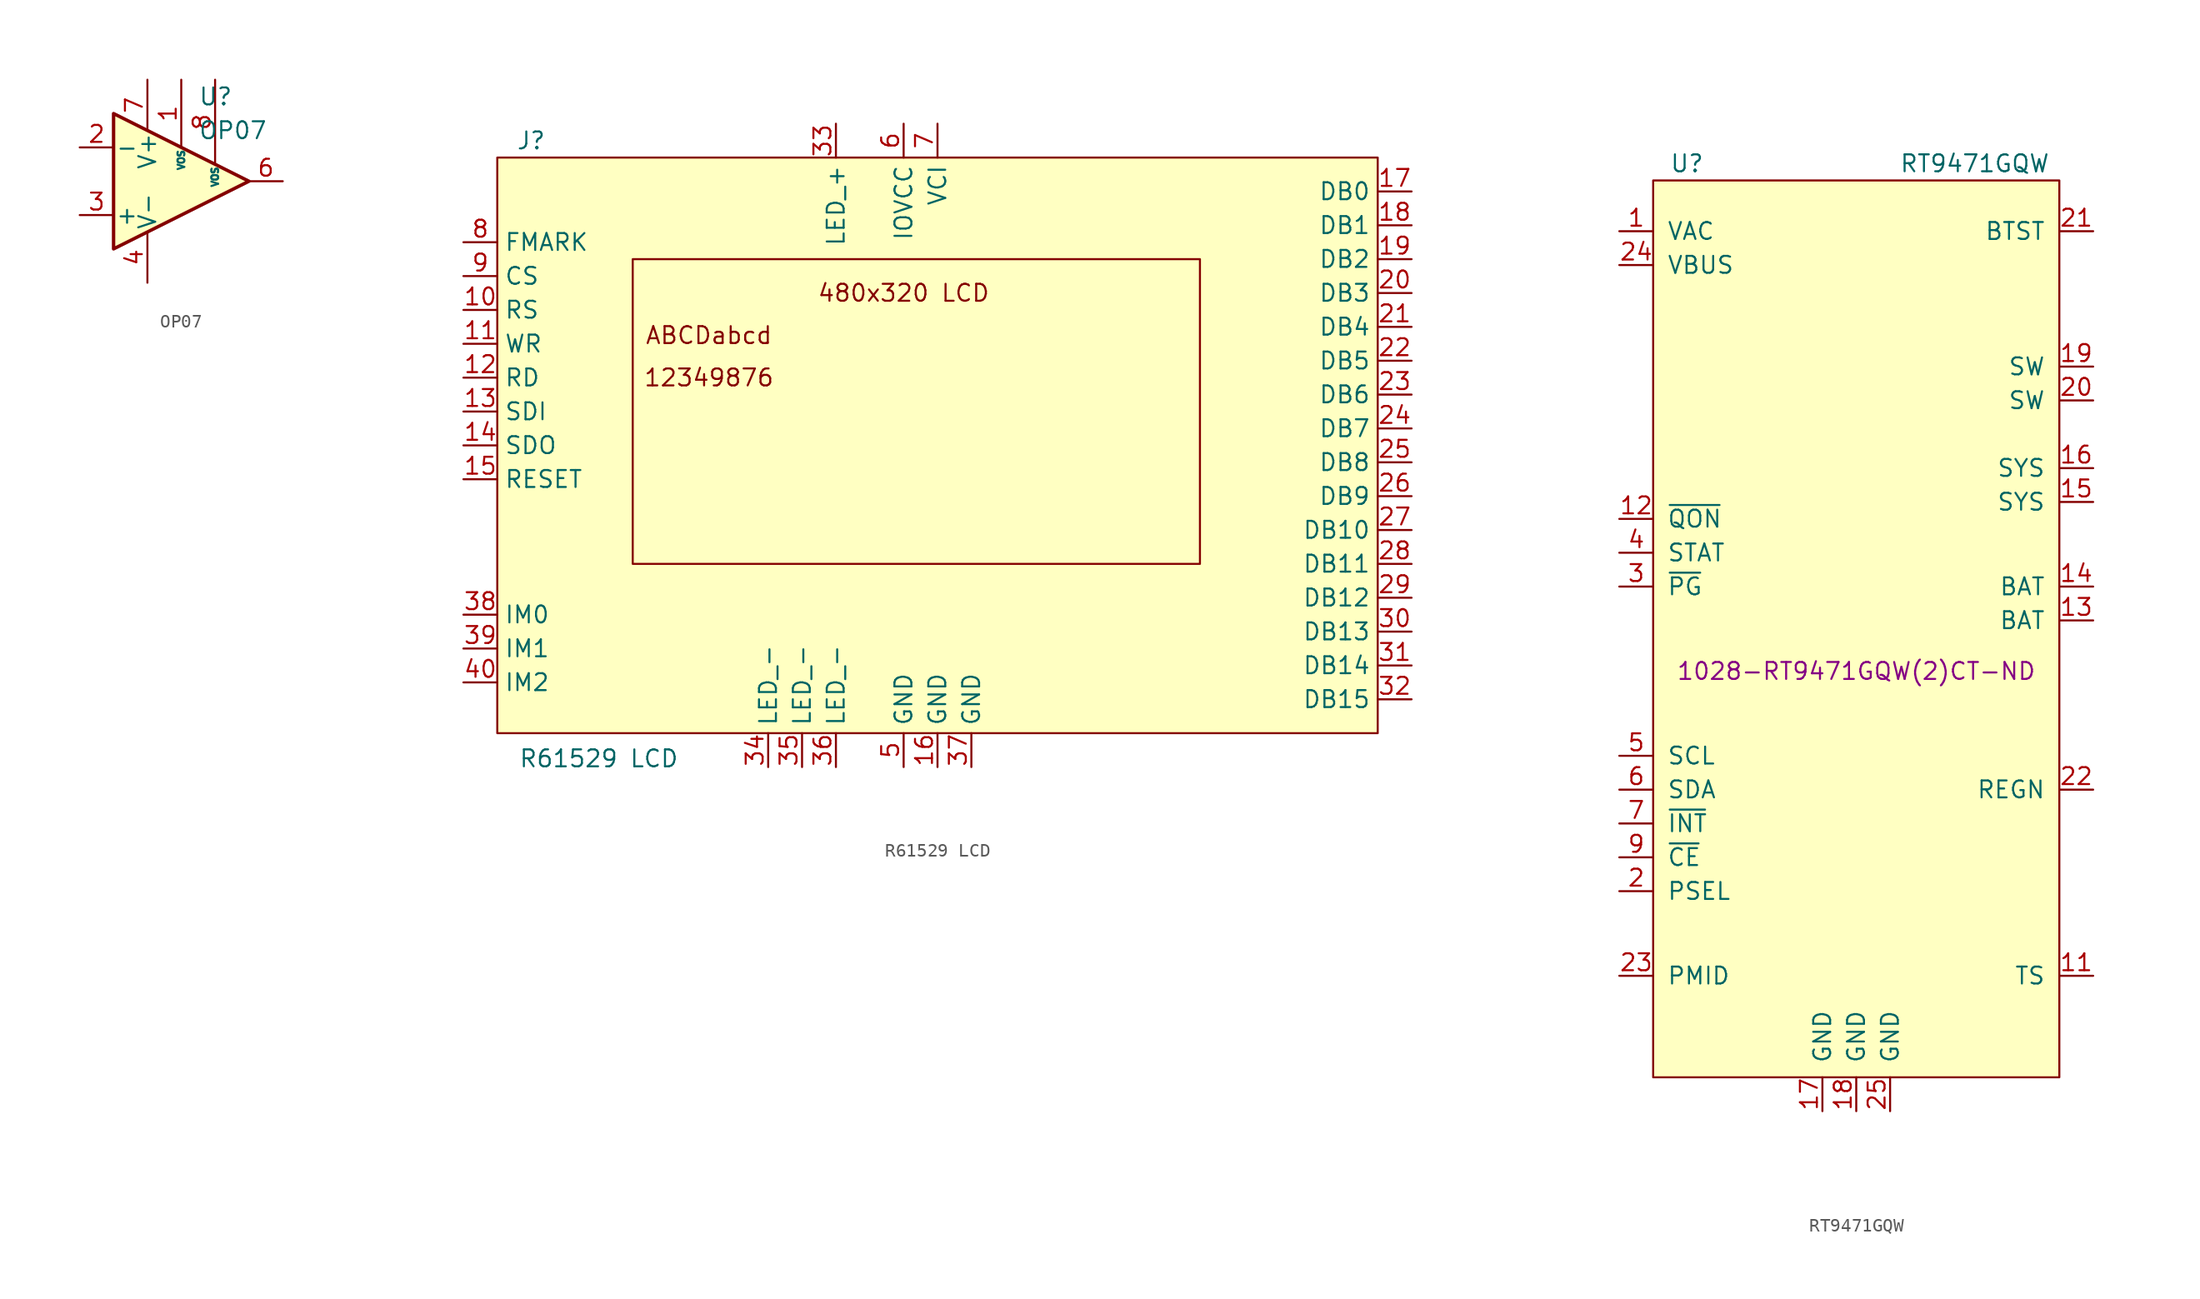
<source format=kicad_sym>
(kicad_symbol_lib
  (version 20231120)
  (generator "kicad_symbol_editor")
  (generator_version "8.0")
  (symbol "OP07"
    (pin_names
      (offset 0.127))
    (property "Reference" "U"
      (at 1.27 6.35 0)
      (effects (font (size 1.27 1.27)) (justify left)))
    (property "Value" "OP07"
      (at 1.27 3.81 0)
      (effects (font (size 1.27 1.27)) (justify left)))
    (symbol "OP07_0_1"
      (polyline (pts (xy -5.08 5.08) (xy 5.08 0) (xy -5.08 -5.08) (xy -5.08 5.08)) (stroke (width 0.254) (type default)) (fill (type background))))
    (symbol "OP07_1_1"
      (pin input line (at 0 7.62 270) (length 5.08) (name "VOS" (effects (font (size 0.508 0.508)))) (number "1" (effects (font (size 1.27 1.27)))))
      (pin input line (at -7.62 2.54 0) (length 2.54) (name "-" (effects (font (size 1.27 1.27)))) (number "2" (effects (font (size 1.27 1.27)))))
      (pin input line (at -7.62 -2.54 0) (length 2.54) (name "+" (effects (font (size 1.27 1.27)))) (number "3" (effects (font (size 1.27 1.27)))))
      (pin power_in line (at -2.54 -7.62 90) (length 3.81) (name "V-" (effects (font (size 1.27 1.27)))) (number "4" (effects (font (size 1.27 1.27)))))
      (pin no_connect line (at 0 -5.08 90) (length 2.54) hide (name "NC" (effects (font (size 1.27 1.27)))) (number "5" (effects (font (size 1.27 1.27)))))
      (pin output line (at 7.62 0 180) (length 2.54) (name "~" (effects (font (size 1.27 1.27)))) (number "6" (effects (font (size 1.27 1.27)))))
      (pin power_in line (at -2.54 7.62 270) (length 3.81) (name "V+" (effects (font (size 1.27 1.27)))) (number "7" (effects (font (size 1.27 1.27)))))
      (pin input line (at 2.54 7.62 270) (length 6.35) (name "VOS" (effects (font (size 0.508 0.508)))) (number "8" (effects (font (size 1.27 1.27)))))))
  (symbol "R61529 LCD"
    (property "Reference" "J"
      (at -30.48 22.86 0)
      (effects (font (size 1.27 1.27))))
    (property "Value" "R61529 LCD"
      (at -25.4 -23.495 0)
      (effects (font (size 1.27 1.27))))
    (symbol "R61529 LCD_0_0"
      (text "12349876" (at -17.145 5.08 0) (effects (font (size 1.27 1.27))))
      (text "480x320 LCD" (at -2.54 11.43 0) (effects (font (size 1.27 1.27))))
      (text "ABCDabcd" (at -17.145 8.255 0) (effects (font (size 1.27 1.27)))))
    (symbol "R61529 LCD_0_1"
      (rectangle (start -33.02 21.59) (end 33.02 -21.59) (stroke (width 0) (type default)) (fill (type background)))
      (rectangle (start -22.86 13.97) (end 19.685 -8.89) (stroke (width 0) (type default)) (fill (type none))))
    (symbol "R61529 LCD_1_1"
      (pin no_connect line (at -35.56 -3.81 0) (length 2.54) hide (name "" (effects (font (size 1.27 1.27)))) (number "1" (effects (font (size 1.27 1.27)))))
      (pin input line (at -35.56 10.16 0) (length 2.54) (name "RS" (effects (font (size 1.27 1.27)))) (number "10" (effects (font (size 1.27 1.27)))))
      (pin input line (at -35.56 7.62 0) (length 2.54) (name "WR" (effects (font (size 1.27 1.27)))) (number "11" (effects (font (size 1.27 1.27)))))
      (pin input line (at -35.56 5.08 0) (length 2.54) (name "RD" (effects (font (size 1.27 1.27)))) (number "12" (effects (font (size 1.27 1.27)))))
      (pin bidirectional line (at -35.56 2.54 0) (length 2.54) (name "SDI" (effects (font (size 1.27 1.27)))) (number "13" (effects (font (size 1.27 1.27)))))
      (pin output line (at -35.56 0 0) (length 2.54) (name "SDO" (effects (font (size 1.27 1.27)))) (number "14" (effects (font (size 1.27 1.27)))))
      (pin input line (at -35.56 -2.54 0) (length 2.54) (name "RESET" (effects (font (size 1.27 1.27)))) (number "15" (effects (font (size 1.27 1.27)))))
      (pin power_in line (at 0 -24.13 90) (length 2.54) (name "GND" (effects (font (size 1.27 1.27)))) (number "16" (effects (font (size 1.27 1.27)))))
      (pin bidirectional line (at 35.56 19.05 180) (length 2.54) (name "DB0" (effects (font (size 1.27 1.27)))) (number "17" (effects (font (size 1.27 1.27)))))
      (pin bidirectional line (at 35.56 16.51 180) (length 2.54) (name "DB1" (effects (font (size 1.27 1.27)))) (number "18" (effects (font (size 1.27 1.27)))))
      (pin bidirectional line (at 35.56 13.97 180) (length 2.54) (name "DB2" (effects (font (size 1.27 1.27)))) (number "19" (effects (font (size 1.27 1.27)))))
      (pin no_connect line (at -35.56 -3.81 0) (length 2.54) hide (name "" (effects (font (size 1.27 1.27)))) (number "2" (effects (font (size 1.27 1.27)))))
      (pin bidirectional line (at 35.56 11.43 180) (length 2.54) (name "DB3" (effects (font (size 1.27 1.27)))) (number "20" (effects (font (size 1.27 1.27)))))
      (pin bidirectional line (at 35.56 8.89 180) (length 2.54) (name "DB4" (effects (font (size 1.27 1.27)))) (number "21" (effects (font (size 1.27 1.27)))))
      (pin bidirectional line (at 35.56 6.35 180) (length 2.54) (name "DB5" (effects (font (size 1.27 1.27)))) (number "22" (effects (font (size 1.27 1.27)))))
      (pin bidirectional line (at 35.56 3.81 180) (length 2.54) (name "DB6" (effects (font (size 1.27 1.27)))) (number "23" (effects (font (size 1.27 1.27)))))
      (pin bidirectional line (at 35.56 1.27 180) (length 2.54) (name "DB7" (effects (font (size 1.27 1.27)))) (number "24" (effects (font (size 1.27 1.27)))))
      (pin bidirectional line (at 35.56 -1.27 180) (length 2.54) (name "DB8" (effects (font (size 1.27 1.27)))) (number "25" (effects (font (size 1.27 1.27)))))
      (pin bidirectional line (at 35.56 -3.81 180) (length 2.54) (name "DB9" (effects (font (size 1.27 1.27)))) (number "26" (effects (font (size 1.27 1.27)))))
      (pin bidirectional line (at 35.56 -6.35 180) (length 2.54) (name "DB10" (effects (font (size 1.27 1.27)))) (number "27" (effects (font (size 1.27 1.27)))))
      (pin bidirectional line (at 35.56 -8.89 180) (length 2.54) (name "DB11" (effects (font (size 1.27 1.27)))) (number "28" (effects (font (size 1.27 1.27)))))
      (pin bidirectional line (at 35.56 -11.43 180) (length 2.54) (name "DB12" (effects (font (size 1.27 1.27)))) (number "29" (effects (font (size 1.27 1.27)))))
      (pin no_connect line (at -35.56 -3.81 0) (length 2.54) hide (name "" (effects (font (size 1.27 1.27)))) (number "3" (effects (font (size 1.27 1.27)))))
      (pin bidirectional line (at 35.56 -13.97 180) (length 2.54) (name "DB13" (effects (font (size 1.27 1.27)))) (number "30" (effects (font (size 1.27 1.27)))))
      (pin bidirectional line (at 35.56 -16.51 180) (length 2.54) (name "DB14" (effects (font (size 1.27 1.27)))) (number "31" (effects (font (size 1.27 1.27)))))
      (pin bidirectional line (at 35.56 -19.05 180) (length 2.54) (name "DB15" (effects (font (size 1.27 1.27)))) (number "32" (effects (font (size 1.27 1.27)))))
      (pin power_in line (at -7.62 24.13 270) (length 2.54) (name "LED_+" (effects (font (size 1.27 1.27)))) (number "33" (effects (font (size 1.27 1.27)))))
      (pin power_in line (at -12.7 -24.13 90) (length 2.54) (name "LED_-" (effects (font (size 1.27 1.27)))) (number "34" (effects (font (size 1.27 1.27)))))
      (pin power_in line (at -10.16 -24.13 90) (length 2.54) (name "LED_-" (effects (font (size 1.27 1.27)))) (number "35" (effects (font (size 1.27 1.27)))))
      (pin power_in line (at -7.62 -24.13 90) (length 2.54) (name "LED_-" (effects (font (size 1.27 1.27)))) (number "36" (effects (font (size 1.27 1.27)))))
      (pin power_in line (at 2.54 -24.13 90) (length 2.54) (name "GND" (effects (font (size 1.27 1.27)))) (number "37" (effects (font (size 1.27 1.27)))))
      (pin input line (at -35.56 -12.7 0) (length 2.54) (name "IM0" (effects (font (size 1.27 1.27)))) (number "38" (effects (font (size 1.27 1.27)))))
      (pin input line (at -35.56 -15.24 0) (length 2.54) (name "IM1" (effects (font (size 1.27 1.27)))) (number "39" (effects (font (size 1.27 1.27)))))
      (pin no_connect line (at -35.56 -3.81 0) (length 2.54) hide (name "" (effects (font (size 1.27 1.27)))) (number "4" (effects (font (size 1.27 1.27)))))
      (pin input line (at -35.56 -17.78 0) (length 2.54) (name "IM2" (effects (font (size 1.27 1.27)))) (number "40" (effects (font (size 1.27 1.27)))))
      (pin power_in line (at -2.54 -24.13 90) (length 2.54) (name "GND" (effects (font (size 1.27 1.27)))) (number "5" (effects (font (size 1.27 1.27)))))
      (pin power_in line (at -2.54 24.13 270) (length 2.54) (name "IOVCC" (effects (font (size 1.27 1.27)))) (number "6" (effects (font (size 1.27 1.27)))))
      (pin power_in line (at 0 24.13 270) (length 2.54) (name "VCI" (effects (font (size 1.27 1.27)))) (number "7" (effects (font (size 1.27 1.27)))))
      (pin output line (at -35.56 15.24 0) (length 2.54) (name "FMARK" (effects (font (size 1.27 1.27)))) (number "8" (effects (font (size 1.27 1.27)))))
      (pin input line (at -35.56 12.7 0) (length 2.54) (name "CS" (effects (font (size 1.27 1.27)))) (number "9" (effects (font (size 1.27 1.27)))))))
  (symbol "RT9471GQW"
    (pin_names
      (offset 1.016))
    (property "Reference" "U"
      (at -12.7 33.02 0)
      (effects (font (size 1.27 1.27))))
    (property "Value" "RT9471GQW"
      (at 8.89 33.02 0)
      (effects (font (size 1.27 1.27))))
    (property "Digikey" "1028-RT9471GQW(2)CT-ND"
      (at 0 -5.08 0)
      (effects (font (size 1.27 1.27))))
    (symbol "RT9471GQW_0_1"
      (rectangle (start -15.24 31.75) (end 15.24 -35.56) (stroke (width 0) (type default)) (fill (type background))))
    (symbol "RT9471GQW_1_1"
      (pin power_in line (at -17.78 27.94 0) (length 2.54) (name "VAC" (effects (font (size 1.27 1.27)))) (number "1" (effects (font (size 1.27 1.27)))))
      (pin no_connect line (at 17.78 -5.08 180) (length 2.54) hide (name "NC" (effects (font (size 1.27 1.27)))) (number "10" (effects (font (size 1.27 1.27)))))
      (pin input line (at 17.78 -27.94 180) (length 2.54) (name "TS" (effects (font (size 1.27 1.27)))) (number "11" (effects (font (size 1.27 1.27)))))
      (pin input line (at -17.78 6.35 0) (length 2.54) (name "~{QON}" (effects (font (size 1.27 1.27)))) (number "12" (effects (font (size 1.27 1.27)))))
      (pin passive line (at 17.78 -1.27 180) (length 2.54) (name "BAT" (effects (font (size 1.27 1.27)))) (number "13" (effects (font (size 1.27 1.27)))))
      (pin passive line (at 17.78 1.27 180) (length 2.54) (name "BAT" (effects (font (size 1.27 1.27)))) (number "14" (effects (font (size 1.27 1.27)))))
      (pin passive line (at 17.78 7.62 180) (length 2.54) (name "SYS" (effects (font (size 1.27 1.27)))) (number "15" (effects (font (size 1.27 1.27)))))
      (pin passive line (at 17.78 10.16 180) (length 2.54) (name "SYS" (effects (font (size 1.27 1.27)))) (number "16" (effects (font (size 1.27 1.27)))))
      (pin passive line (at -2.54 -38.1 90) (length 2.54) (name "GND" (effects (font (size 1.27 1.27)))) (number "17" (effects (font (size 1.27 1.27)))))
      (pin passive line (at 0 -38.1 90) (length 2.54) (name "GND" (effects (font (size 1.27 1.27)))) (number "18" (effects (font (size 1.27 1.27)))))
      (pin passive line (at 17.78 17.78 180) (length 2.54) (name "SW" (effects (font (size 1.27 1.27)))) (number "19" (effects (font (size 1.27 1.27)))))
      (pin input line (at -17.78 -21.59 0) (length 2.54) (name "PSEL" (effects (font (size 1.27 1.27)))) (number "2" (effects (font (size 1.27 1.27)))))
      (pin passive line (at 17.78 15.24 180) (length 2.54) (name "SW" (effects (font (size 1.27 1.27)))) (number "20" (effects (font (size 1.27 1.27)))))
      (pin passive line (at 17.78 27.94 180) (length 2.54) (name "BTST" (effects (font (size 1.27 1.27)))) (number "21" (effects (font (size 1.27 1.27)))))
      (pin passive line (at 17.78 -13.97 180) (length 2.54) (name "REGN" (effects (font (size 1.27 1.27)))) (number "22" (effects (font (size 1.27 1.27)))))
      (pin passive line (at -17.78 -27.94 0) (length 2.54) (name "PMID" (effects (font (size 1.27 1.27)))) (number "23" (effects (font (size 1.27 1.27)))))
      (pin power_in line (at -17.78 25.4 0) (length 2.54) (name "VBUS" (effects (font (size 1.27 1.27)))) (number "24" (effects (font (size 1.27 1.27)))))
      (pin passive line (at 2.54 -38.1 90) (length 2.54) (name "GND" (effects (font (size 1.27 1.27)))) (number "25" (effects (font (size 1.27 1.27)))))
      (pin open_collector line (at -17.78 1.27 0) (length 2.54) (name "~{PG}" (effects (font (size 1.27 1.27)))) (number "3" (effects (font (size 1.27 1.27)))))
      (pin open_collector line (at -17.78 3.81 0) (length 2.54) (name "STAT" (effects (font (size 1.27 1.27)))) (number "4" (effects (font (size 1.27 1.27)))))
      (pin input line (at -17.78 -11.43 0) (length 2.54) (name "SCL" (effects (font (size 1.27 1.27)))) (number "5" (effects (font (size 1.27 1.27)))))
      (pin bidirectional line (at -17.78 -13.97 0) (length 2.54) (name "SDA" (effects (font (size 1.27 1.27)))) (number "6" (effects (font (size 1.27 1.27)))))
      (pin open_collector line (at -17.78 -16.51 0) (length 2.54) (name "~{INT}" (effects (font (size 1.27 1.27)))) (number "7" (effects (font (size 1.27 1.27)))))
      (pin no_connect line (at 17.78 -7.62 180) (length 2.54) hide (name "NC" (effects (font (size 1.27 1.27)))) (number "8" (effects (font (size 1.27 1.27)))))
      (pin input line (at -17.78 -19.05 0) (length 2.54) (name "~{CE}" (effects (font (size 1.27 1.27)))) (number "9" (effects (font (size 1.27 1.27))))))))
</source>
